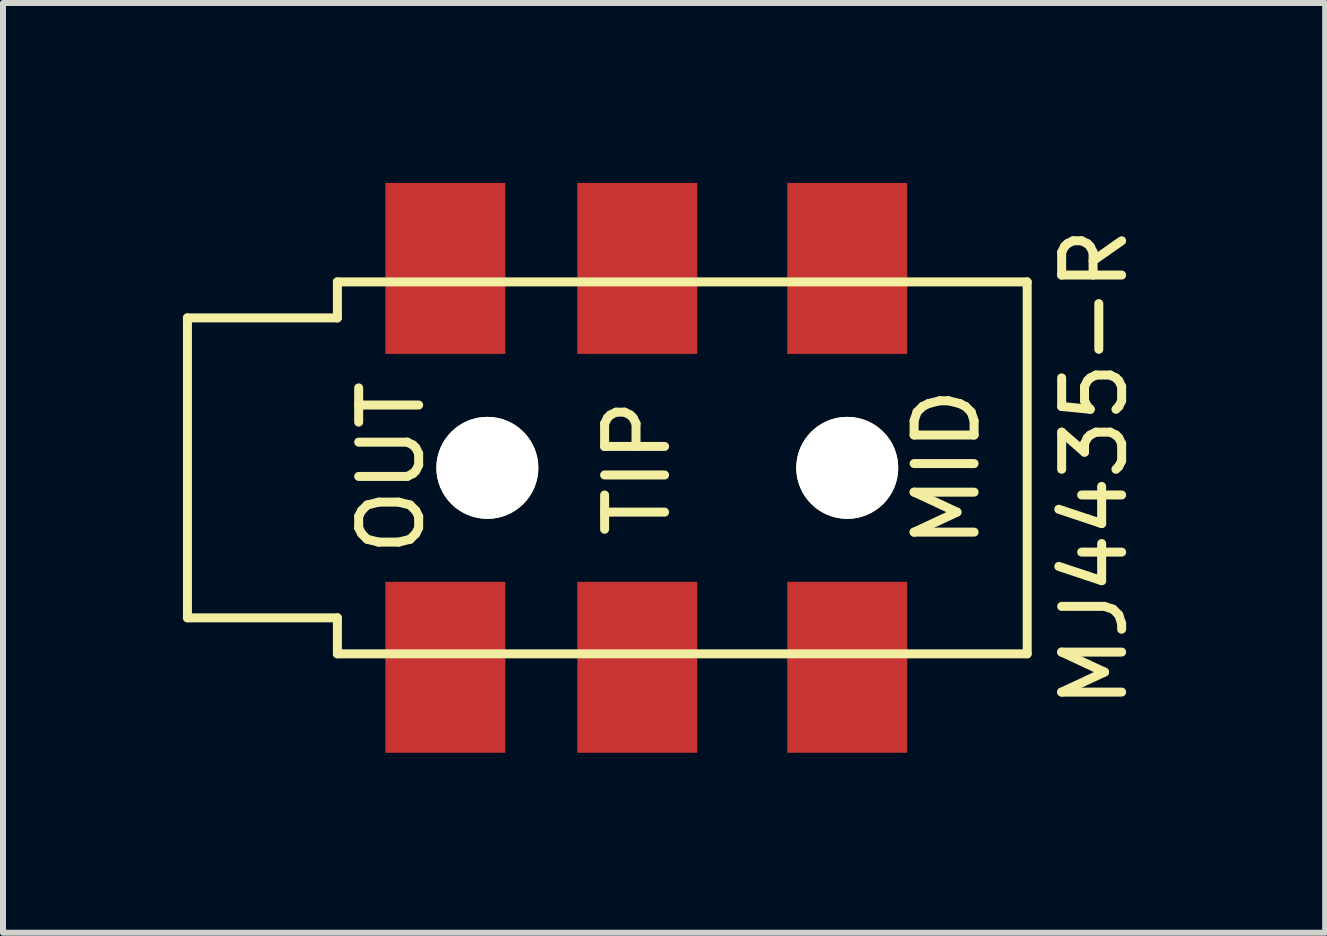
<source format=kicad_pcb>
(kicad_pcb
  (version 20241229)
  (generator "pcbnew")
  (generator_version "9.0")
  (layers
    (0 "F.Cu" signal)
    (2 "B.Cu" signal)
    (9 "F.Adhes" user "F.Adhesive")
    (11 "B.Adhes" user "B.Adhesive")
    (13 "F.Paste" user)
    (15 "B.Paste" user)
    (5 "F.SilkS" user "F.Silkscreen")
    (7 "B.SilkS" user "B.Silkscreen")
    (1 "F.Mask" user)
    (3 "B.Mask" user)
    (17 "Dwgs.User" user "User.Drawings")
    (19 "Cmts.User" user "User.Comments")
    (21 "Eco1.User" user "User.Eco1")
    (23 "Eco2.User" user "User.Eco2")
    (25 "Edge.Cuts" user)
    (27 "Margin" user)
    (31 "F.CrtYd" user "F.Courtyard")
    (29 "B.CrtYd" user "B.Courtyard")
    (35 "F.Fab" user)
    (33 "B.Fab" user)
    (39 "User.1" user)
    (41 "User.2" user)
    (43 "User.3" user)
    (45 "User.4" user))
  (footprint "MJ4435-R"
    (layer "F.Cu")
    (at 7.575 4.75)
    (property "Reference" "MJ4435-R" (at 7.62 0 90) (layer "F.SilkS") (effects (font (size 1 1) (thickness 0.15))))
    (attr through_hole)
    (fp_line (start -7.5 -2.5) (end -7.5 2.5) (stroke (width 0.15) (type solid)) (layer "F.SilkS"))
    (fp_line (start -7.5 2.5) (end -5 2.5) (stroke (width 0.15) (type solid)) (layer "F.SilkS"))
    (fp_line (start -5 -3.1) (end -5 -2.5) (stroke (width 0.15) (type solid)) (layer "F.SilkS"))
    (fp_line (start -5 -3.1) (end 6.5 -3.1) (stroke (width 0.15) (type solid)) (layer "F.SilkS"))
    (fp_line (start -5 -2.5) (end -7.5 -2.5) (stroke (width 0.15) (type solid)) (layer "F.SilkS"))
    (fp_line (start -5 3.1) (end -5 2.5) (stroke (width 0.15) (type solid)) (layer "F.SilkS"))
    (fp_line (start -5 3.1) (end 6.5 3.1) (stroke (width 0.15) (type solid)) (layer "F.SilkS"))
    (fp_line (start 6.5 -3.1) (end 6.5 3.1) (stroke (width 0.15) (type solid)) (layer "F.SilkS"))
    (fp_text user "TIP" (at 0 0 90) (layer "F.SilkS") (effects (font (size 1 1) (thickness 0.15))))
    (fp_text user "OUT" (at -4.1 0 90) (layer "F.SilkS") (effects (font (size 1 1) (thickness 0.15))))
    (fp_text user "MID" (at 5.16 0 90) (layer "F.SilkS") (effects (font (size 1 1) (thickness 0.15))))
    (pad "" np_thru_hole circle (at -2.5 0) (size 1.7 1.7) (drill 1.7) (layers "*.Cu" "*.Mask" "F.SilkS"))
    (pad "" np_thru_hole circle (at 3.5 0) (size 1.7 1.7) (drill 1.7) (layers "*.Cu" "*.Mask" "F.SilkS"))
    (pad "1" smd rect (at -3.2 -3.325) (size 2 2.85) (layers "F.Cu" "F.Mask" "F.Paste"))
    (pad "1" smd rect (at -3.2 3.325) (size 2 2.85) (layers "F.Cu" "F.Mask" "F.Paste"))
    (pad "2" smd rect (at 3.5 -3.325) (size 2 2.85) (layers "F.Cu" "F.Mask" "F.Paste"))
    (pad "2" smd rect (at 3.5 3.325) (size 2 2.85) (layers "F.Cu" "F.Mask" "F.Paste"))
    (pad "3" smd rect (at 0 -3.325) (size 2 2.85) (layers "F.Cu" "F.Mask" "F.Paste"))
    (pad "3" smd rect (at 0 3.325) (size 2 2.85) (layers "F.Cu" "F.Mask" "F.Paste")))
  (gr_rect
    (start -3 -3)
    (end 19.043 12.5)
    (stroke (width 0.1) (type default))
    (fill no)
    (layer "Edge.Cuts")))
</source>
